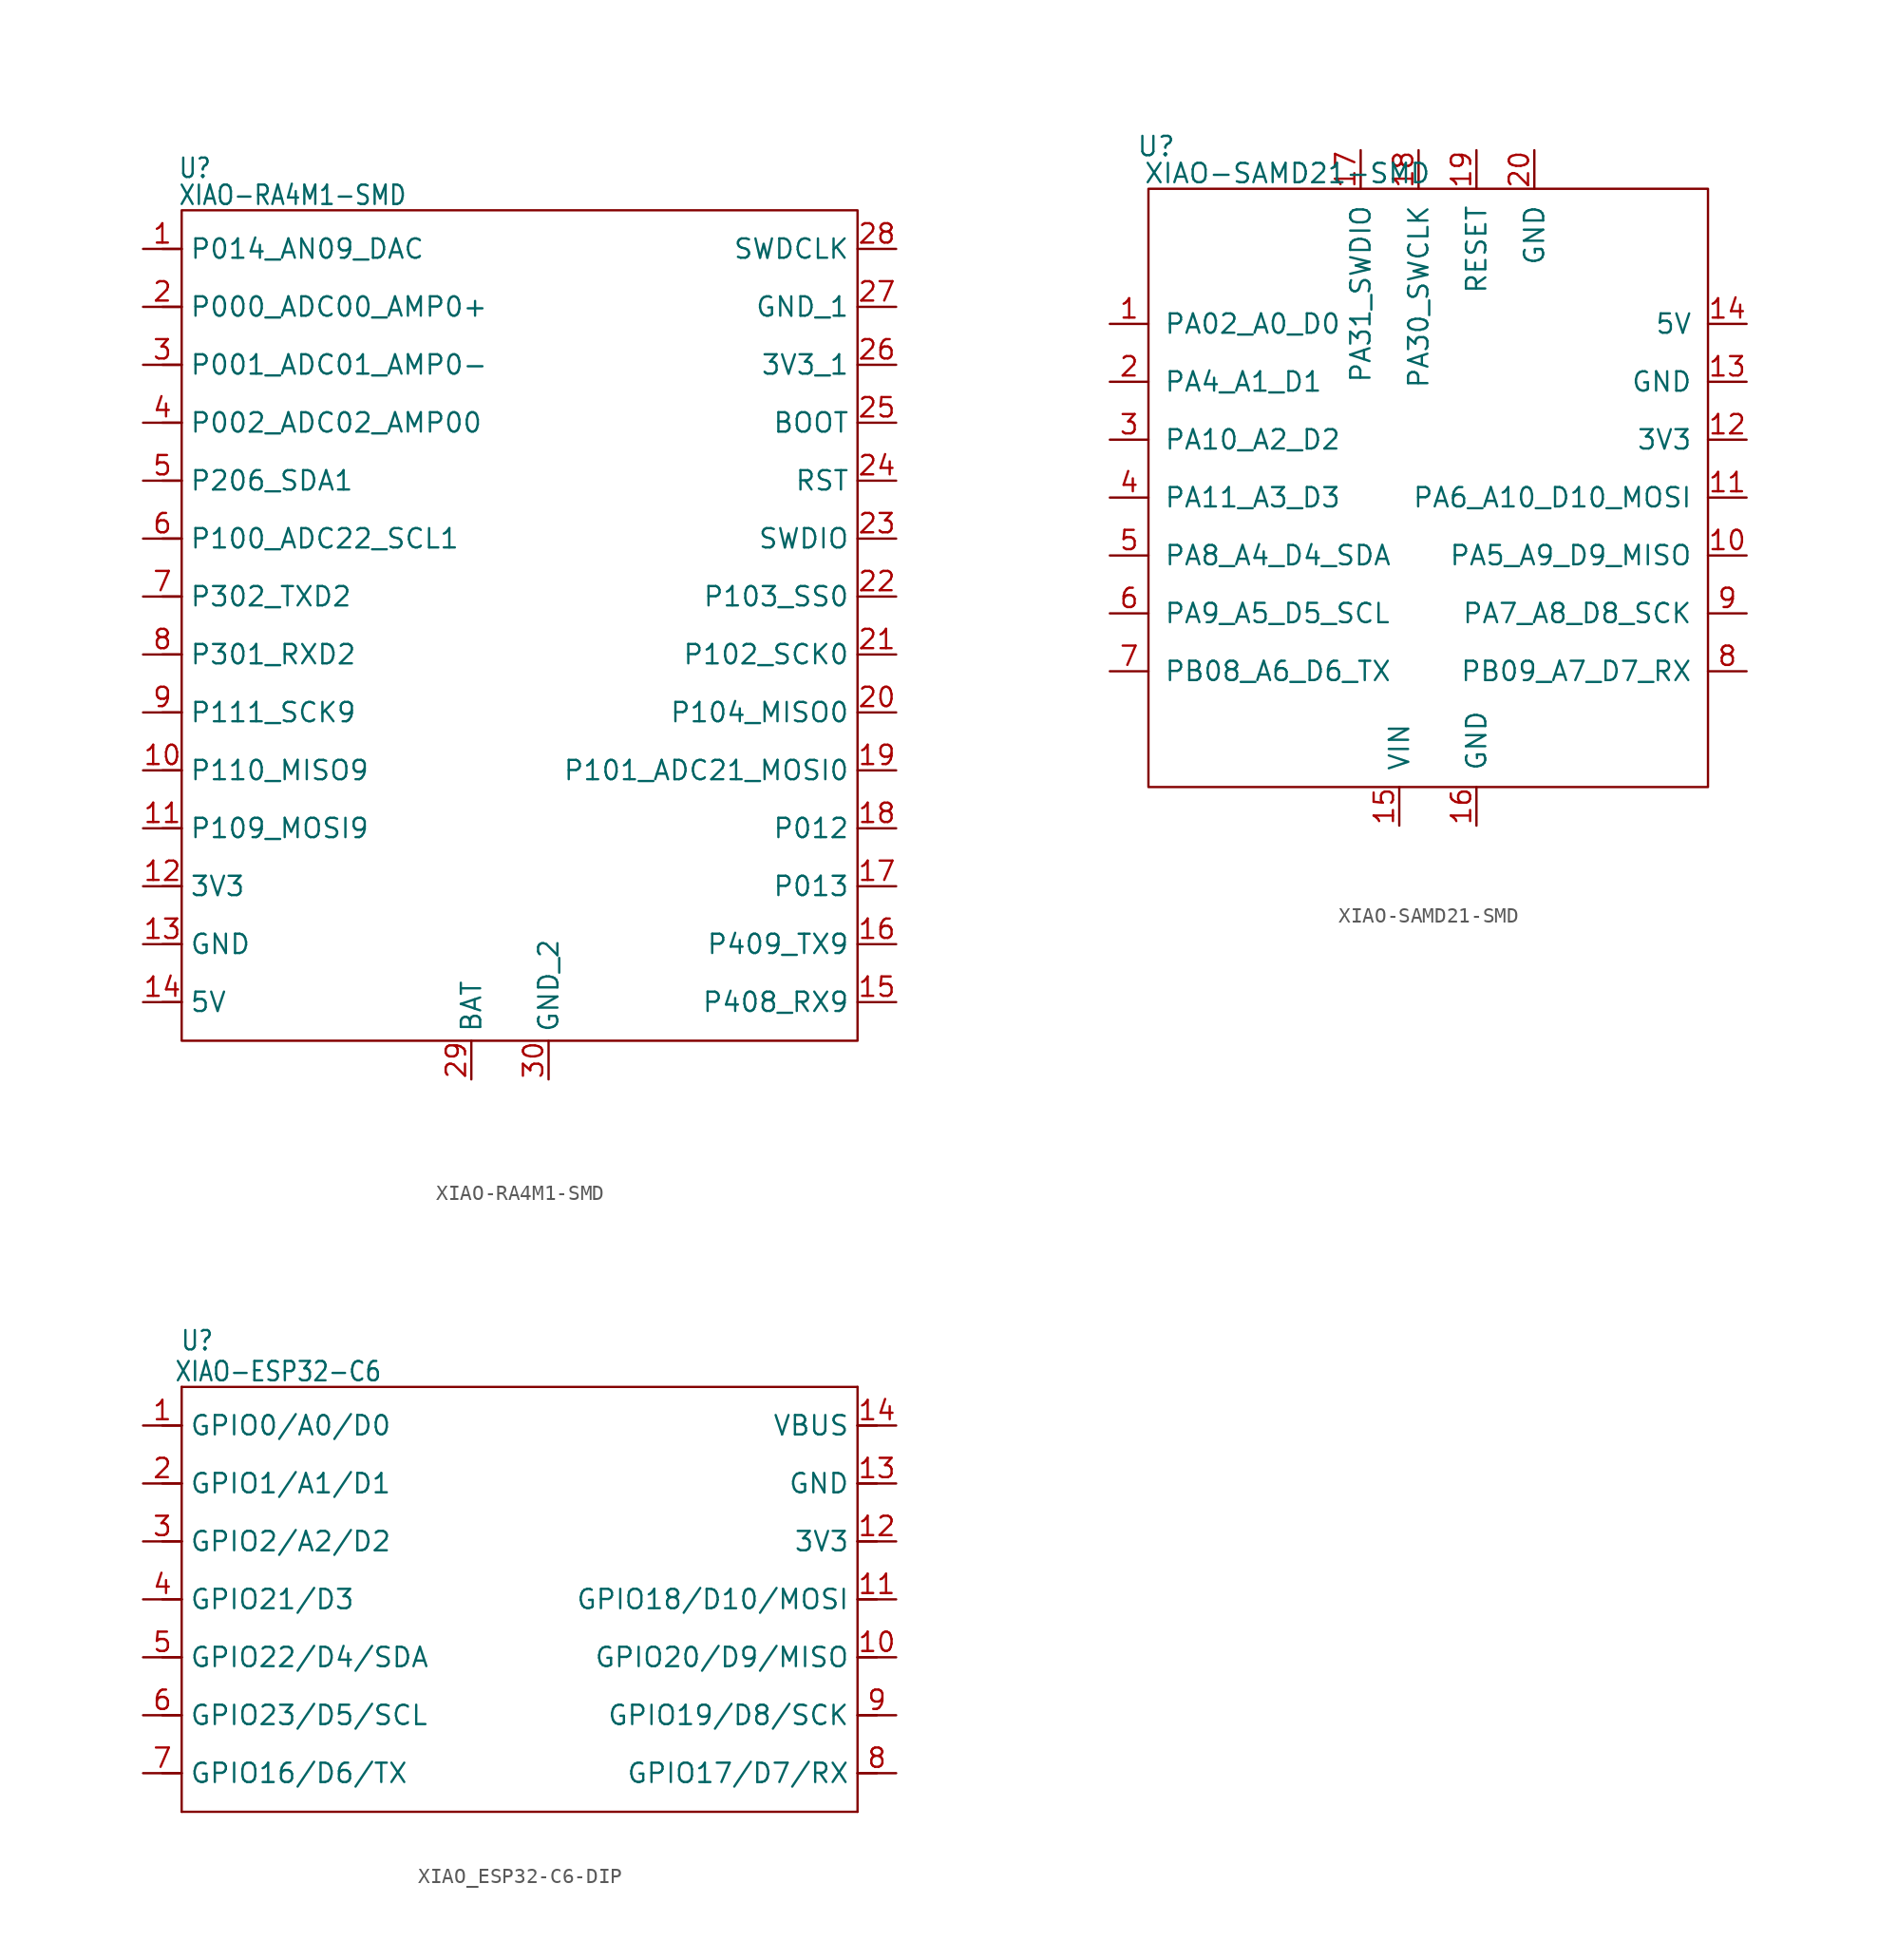
<source format=kicad_sym>
(kicad_symbol_lib
  (version 20231120)
  (generator "kicad_symbol_editor")
  (generator_version "8.0")
  (symbol "XIAO-RA4M1-SMD"
    (property "Reference" "U"
      (at -21.844 27.432 0)
      (effects (font (size 1.27 1.079)) (justify left bottom)))
    (property "Value" "XIAO-RA4M1-SMD"
      (at -21.844 25.654 0)
      (effects (font (size 1.27 1.079)) (justify left bottom)))
    (symbol "XIAO-RA4M1-SMD_0_1"
      (rectangle (start -21.59 25.4) (end 22.86 -29.21) (stroke (width 0) (type default)) (fill (type none))))
    (symbol "XIAO-RA4M1-SMD_1_0"
      (polyline (pts (xy -22.86 -26.67) (xy -21.59 -26.67)) (stroke (width 0.152) (type solid)) (fill (type none)))
      (polyline (pts (xy -22.86 -22.86) (xy -21.59 -22.86)) (stroke (width 0.152) (type solid)) (fill (type none)))
      (polyline (pts (xy -22.86 -19.05) (xy -21.59 -19.05)) (stroke (width 0.152) (type solid)) (fill (type none)))
      (polyline (pts (xy -22.86 -15.24) (xy -21.59 -15.24)) (stroke (width 0.152) (type solid)) (fill (type none)))
      (polyline (pts (xy -22.86 -11.43) (xy -21.59 -11.43)) (stroke (width 0.152) (type solid)) (fill (type none)))
      (polyline (pts (xy -22.86 -7.62) (xy -21.59 -7.62)) (stroke (width 0.152) (type solid)) (fill (type none)))
      (polyline (pts (xy -22.86 -3.81) (xy -21.59 -3.81)) (stroke (width 0.152) (type solid)) (fill (type none)))
      (polyline (pts (xy -21.59 0) (xy -22.86 0)) (stroke (width 0.152) (type solid)) (fill (type none)))
      (polyline (pts (xy -21.59 3.81) (xy -22.86 3.81)) (stroke (width 0.152) (type solid)) (fill (type none)))
      (polyline (pts (xy -21.59 7.62) (xy -22.86 7.62)) (stroke (width 0.152) (type solid)) (fill (type none)))
      (polyline (pts (xy -21.59 11.43) (xy -22.86 11.43)) (stroke (width 0.152) (type solid)) (fill (type none)))
      (polyline (pts (xy -21.59 15.24) (xy -22.86 15.24)) (stroke (width 0.152) (type solid)) (fill (type none)))
      (polyline (pts (xy -21.59 19.05) (xy -22.86 19.05)) (stroke (width 0.152) (type solid)) (fill (type none)))
      (polyline (pts (xy -21.59 22.86) (xy -22.86 22.86)) (stroke (width 0.152) (type solid)) (fill (type none)))
      (pin passive line (at -24.13 22.86 0) (length 2.54) (name "P014_AN09_DAC" (effects (font (size 1.27 1.27)))) (number "1" (effects (font (size 1.27 1.27)))))
      (pin passive line (at -24.13 -11.43 0) (length 2.54) (name "P110_MISO9" (effects (font (size 1.27 1.27)))) (number "10" (effects (font (size 1.27 1.27)))))
      (pin passive line (at -24.13 -15.24 0) (length 2.54) (name "P109_MOSI9" (effects (font (size 1.27 1.27)))) (number "11" (effects (font (size 1.27 1.27)))))
      (pin passive line (at -24.13 -19.05 0) (length 2.54) (name "3V3" (effects (font (size 1.27 1.27)))) (number "12" (effects (font (size 1.27 1.27)))))
      (pin passive line (at -24.13 -22.86 0) (length 2.54) (name "GND" (effects (font (size 1.27 1.27)))) (number "13" (effects (font (size 1.27 1.27)))))
      (pin passive line (at -24.13 -26.67 0) (length 2.54) (name "5V" (effects (font (size 1.27 1.27)))) (number "14" (effects (font (size 1.27 1.27)))))
      (pin passive line (at -24.13 19.05 0) (length 2.54) (name "P000_ADC00_AMP0+" (effects (font (size 1.27 1.27)))) (number "2" (effects (font (size 1.27 1.27)))))
      (pin passive line (at -24.13 15.24 0) (length 2.54) (name "P001_ADC01_AMP0-" (effects (font (size 1.27 1.27)))) (number "3" (effects (font (size 1.27 1.27)))))
      (pin passive line (at -24.13 11.43 0) (length 2.54) (name "P002_ADC02_AMP00" (effects (font (size 1.27 1.27)))) (number "4" (effects (font (size 1.27 1.27)))))
      (pin passive line (at -24.13 7.62 0) (length 2.54) (name "P206_SDA1" (effects (font (size 1.27 1.27)))) (number "5" (effects (font (size 1.27 1.27)))))
      (pin passive line (at -24.13 3.81 0) (length 2.54) (name "P100_ADC22_SCL1" (effects (font (size 1.27 1.27)))) (number "6" (effects (font (size 1.27 1.27)))))
      (pin passive line (at -24.13 0 0) (length 2.54) (name "P302_TXD2" (effects (font (size 1.27 1.27)))) (number "7" (effects (font (size 1.27 1.27)))))
      (pin passive line (at -24.13 -3.81 0) (length 2.54) (name "P301_RXD2" (effects (font (size 1.27 1.27)))) (number "8" (effects (font (size 1.27 1.27)))))
      (pin passive line (at -24.13 -7.62 0) (length 2.54) (name "P111_SCK9" (effects (font (size 1.27 1.27)))) (number "9" (effects (font (size 1.27 1.27))))))
    (symbol "XIAO-RA4M1-SMD_1_1"
      (pin passive line (at 25.4 -26.67 180) (length 2.54) (name "P408_RX9" (effects (font (size 1.27 1.27)))) (number "15" (effects (font (size 1.27 1.27)))))
      (pin passive line (at 25.4 -22.86 180) (length 2.54) (name "P409_TX9" (effects (font (size 1.27 1.27)))) (number "16" (effects (font (size 1.27 1.27)))))
      (pin passive line (at 25.4 -19.05 180) (length 2.54) (name "P013" (effects (font (size 1.27 1.27)))) (number "17" (effects (font (size 1.27 1.27)))))
      (pin passive line (at 25.4 -15.24 180) (length 2.54) (name "P012" (effects (font (size 1.27 1.27)))) (number "18" (effects (font (size 1.27 1.27)))))
      (pin passive line (at 25.4 -11.43 180) (length 2.54) (name "P101_ADC21_MOSI0" (effects (font (size 1.27 1.27)))) (number "19" (effects (font (size 1.27 1.27)))))
      (pin passive line (at 25.4 -7.62 180) (length 2.54) (name "P104_MISO0" (effects (font (size 1.27 1.27)))) (number "20" (effects (font (size 1.27 1.27)))))
      (pin passive line (at 25.4 -3.81 180) (length 2.54) (name "P102_SCK0" (effects (font (size 1.27 1.27)))) (number "21" (effects (font (size 1.27 1.27)))))
      (pin passive line (at 25.4 0 180) (length 2.54) (name "P103_SS0" (effects (font (size 1.27 1.27)))) (number "22" (effects (font (size 1.27 1.27)))))
      (pin passive line (at 25.4 3.81 180) (length 2.54) (name "SWDIO" (effects (font (size 1.27 1.27)))) (number "23" (effects (font (size 1.27 1.27)))))
      (pin passive line (at 25.4 7.62 180) (length 2.54) (name "RST" (effects (font (size 1.27 1.27)))) (number "24" (effects (font (size 1.27 1.27)))))
      (pin passive line (at 25.4 11.43 180) (length 2.54) (name "BOOT" (effects (font (size 1.27 1.27)))) (number "25" (effects (font (size 1.27 1.27)))))
      (pin passive line (at 25.4 15.24 180) (length 2.54) (name "3V3_1" (effects (font (size 1.27 1.27)))) (number "26" (effects (font (size 1.27 1.27)))))
      (pin passive line (at 25.4 19.05 180) (length 2.54) (name "GND_1" (effects (font (size 1.27 1.27)))) (number "27" (effects (font (size 1.27 1.27)))))
      (pin passive line (at 25.4 22.86 180) (length 2.54) (name "SWDCLK" (effects (font (size 1.27 1.27)))) (number "28" (effects (font (size 1.27 1.27)))))
      (pin passive line (at -2.54 -31.75 90) (length 2.54) (name "BAT" (effects (font (size 1.27 1.27)))) (number "29" (effects (font (size 1.27 1.27)))))
      (pin passive line (at 2.54 -31.75 90) (length 2.54) (name "GND_2" (effects (font (size 1.27 1.27)))) (number "30" (effects (font (size 1.27 1.27)))))))
  (symbol "XIAO-SAMD21-SMD"
    (pin_names
      (offset 1.016))
    (property "Reference" "U"
      (at -18.542 23.114 0)
      (effects (font (size 1.27 1.27))))
    (property "Value" "XIAO-SAMD21-SMD"
      (at -9.906 21.336 0)
      (effects (font (size 1.27 1.27))))
    (symbol "XIAO-SAMD21-SMD_0_1"
      (rectangle (start -19.05 20.32) (end 17.78 -19.05) (stroke (width 0) (type default)) (fill (type none))))
    (symbol "XIAO-SAMD21-SMD_1_1"
      (pin passive line (at -21.59 11.43 0) (length 2.54) (name "PA02_A0_D0" (effects (font (size 1.27 1.27)))) (number "1" (effects (font (size 1.27 1.27)))))
      (pin passive line (at 20.32 -3.81 180) (length 2.54) (name "PA5_A9_D9_MISO" (effects (font (size 1.27 1.27)))) (number "10" (effects (font (size 1.27 1.27)))))
      (pin passive line (at 20.32 0 180) (length 2.54) (name "PA6_A10_D10_MOSI" (effects (font (size 1.27 1.27)))) (number "11" (effects (font (size 1.27 1.27)))))
      (pin passive line (at 20.32 3.81 180) (length 2.54) (name "3V3" (effects (font (size 1.27 1.27)))) (number "12" (effects (font (size 1.27 1.27)))))
      (pin passive line (at 20.32 7.62 180) (length 2.54) (name "GND" (effects (font (size 1.27 1.27)))) (number "13" (effects (font (size 1.27 1.27)))))
      (pin passive line (at 20.32 11.43 180) (length 2.54) (name "5V" (effects (font (size 1.27 1.27)))) (number "14" (effects (font (size 1.27 1.27)))))
      (pin passive line (at -2.54 -21.59 90) (length 2.54) (name "VIN" (effects (font (size 1.27 1.27)))) (number "15" (effects (font (size 1.27 1.27)))))
      (pin passive line (at 2.54 -21.59 90) (length 2.54) (name "GND" (effects (font (size 1.27 1.27)))) (number "16" (effects (font (size 1.27 1.27)))))
      (pin passive line (at -5.08 22.86 270) (length 2.54) (name "PA31_SWDIO" (effects (font (size 1.27 1.27)))) (number "17" (effects (font (size 1.27 1.27)))))
      (pin passive line (at -1.27 22.86 270) (length 2.54) (name "PA30_SWCLK" (effects (font (size 1.27 1.27)))) (number "18" (effects (font (size 1.27 1.27)))))
      (pin passive line (at 2.54 22.86 270) (length 2.54) (name "RESET" (effects (font (size 1.27 1.27)))) (number "19" (effects (font (size 1.27 1.27)))))
      (pin passive line (at -21.59 7.62 0) (length 2.54) (name "PA4_A1_D1" (effects (font (size 1.27 1.27)))) (number "2" (effects (font (size 1.27 1.27)))))
      (pin passive line (at 6.35 22.86 270) (length 2.54) (name "GND" (effects (font (size 1.27 1.27)))) (number "20" (effects (font (size 1.27 1.27)))))
      (pin passive line (at -21.59 3.81 0) (length 2.54) (name "PA10_A2_D2" (effects (font (size 1.27 1.27)))) (number "3" (effects (font (size 1.27 1.27)))))
      (pin passive line (at -21.59 0 0) (length 2.54) (name "PA11_A3_D3" (effects (font (size 1.27 1.27)))) (number "4" (effects (font (size 1.27 1.27)))))
      (pin passive line (at -21.59 -3.81 0) (length 2.54) (name "PA8_A4_D4_SDA" (effects (font (size 1.27 1.27)))) (number "5" (effects (font (size 1.27 1.27)))))
      (pin passive line (at -21.59 -7.62 0) (length 2.54) (name "PA9_A5_D5_SCL" (effects (font (size 1.27 1.27)))) (number "6" (effects (font (size 1.27 1.27)))))
      (pin passive line (at -21.59 -11.43 0) (length 2.54) (name "PB08_A6_D6_TX" (effects (font (size 1.27 1.27)))) (number "7" (effects (font (size 1.27 1.27)))))
      (pin passive line (at 20.32 -11.43 180) (length 2.54) (name "PB09_A7_D7_RX" (effects (font (size 1.27 1.27)))) (number "8" (effects (font (size 1.27 1.27)))))
      (pin passive line (at 20.32 -7.62 180) (length 2.54) (name "PA7_A8_D8_SCK" (effects (font (size 1.27 1.27)))) (number "9" (effects (font (size 1.27 1.27)))))))
  (symbol "XIAO_ESP32-C6-DIP"
    (property "Reference" "U"
      (at -20.574 17.018 0)
      (effects (font (size 1.27 1.079))))
    (property "Value" "XIAO-ESP32-C6"
      (at -15.24 14.986 0)
      (effects (font (size 1.27 1.079))))
    (property "Rating" ""
      (at 0 0 0)
      (effects (font (size 1.27 1.27))))
    (symbol "XIAO_ESP32-C6-DIP_1_0"
      (polyline (pts (xy -21.59 -13.97) (xy -21.59 0)) (stroke (width 0.152) (type solid)) (fill (type none)))
      (polyline (pts (xy -21.59 -11.43) (xy -22.86 -11.43)) (stroke (width 0.152) (type solid)) (fill (type none)))
      (polyline (pts (xy -21.59 -7.62) (xy -22.86 -7.62)) (stroke (width 0.152) (type solid)) (fill (type none)))
      (polyline (pts (xy -21.59 -3.81) (xy -22.86 -3.81)) (stroke (width 0.152) (type solid)) (fill (type none)))
      (polyline (pts (xy -21.59 0) (xy -22.86 0)) (stroke (width 0.152) (type solid)) (fill (type none)))
      (polyline (pts (xy -21.59 0) (xy -21.59 3.81)) (stroke (width 0.152) (type solid)) (fill (type none)))
      (polyline (pts (xy -21.59 3.81) (xy -22.86 3.81)) (stroke (width 0.152) (type solid)) (fill (type none)))
      (polyline (pts (xy -21.59 3.81) (xy -21.59 7.62)) (stroke (width 0.152) (type solid)) (fill (type none)))
      (polyline (pts (xy -21.59 7.62) (xy -22.86 7.62)) (stroke (width 0.152) (type solid)) (fill (type none)))
      (polyline (pts (xy -21.59 7.62) (xy -21.59 11.43)) (stroke (width 0.152) (type solid)) (fill (type none)))
      (polyline (pts (xy -21.59 11.43) (xy -22.86 11.43)) (stroke (width 0.152) (type solid)) (fill (type none)))
      (polyline (pts (xy -21.59 11.43) (xy -21.59 13.97)) (stroke (width 0.152) (type solid)) (fill (type none)))
      (polyline (pts (xy -21.59 13.97) (xy 22.86 13.97)) (stroke (width 0.152) (type solid)) (fill (type none)))
      (polyline (pts (xy 22.86 -13.97) (xy -21.59 -13.97)) (stroke (width 0.152) (type solid)) (fill (type none)))
      (polyline (pts (xy 22.86 3.81) (xy 22.86 -13.97)) (stroke (width 0.152) (type solid)) (fill (type none)))
      (polyline (pts (xy 22.86 7.62) (xy 22.86 3.81)) (stroke (width 0.152) (type solid)) (fill (type none)))
      (polyline (pts (xy 22.86 11.43) (xy 22.86 7.62)) (stroke (width 0.152) (type solid)) (fill (type none)))
      (polyline (pts (xy 22.86 13.97) (xy 22.86 11.43)) (stroke (width 0.152) (type solid)) (fill (type none)))
      (polyline (pts (xy 24.13 -11.43) (xy 22.86 -11.43)) (stroke (width 0.152) (type solid)) (fill (type none)))
      (polyline (pts (xy 24.13 -7.62) (xy 22.86 -7.62)) (stroke (width 0.152) (type solid)) (fill (type none)))
      (polyline (pts (xy 24.13 -3.81) (xy 22.86 -3.81)) (stroke (width 0.152) (type solid)) (fill (type none)))
      (polyline (pts (xy 24.13 0) (xy 22.86 0)) (stroke (width 0.152) (type solid)) (fill (type none)))
      (polyline (pts (xy 24.13 3.81) (xy 22.86 3.81)) (stroke (width 0.152) (type solid)) (fill (type none)))
      (polyline (pts (xy 24.13 7.62) (xy 22.86 7.62)) (stroke (width 0.152) (type solid)) (fill (type none)))
      (polyline (pts (xy 24.13 11.43) (xy 22.86 11.43)) (stroke (width 0.152) (type solid)) (fill (type none)))
      (pin passive line (at -24.13 11.43 0) (length 2.54) (name "GPIO0/A0/D0" (effects (font (size 1.27 1.27)))) (number "1" (effects (font (size 1.27 1.27)))))
      (pin passive line (at 25.4 -3.81 180) (length 2.54) (name "GPIO20/D9/MISO" (effects (font (size 1.27 1.27)))) (number "10" (effects (font (size 1.27 1.27)))))
      (pin passive line (at 25.4 0 180) (length 2.54) (name "GPIO18/D10/MOSI" (effects (font (size 1.27 1.27)))) (number "11" (effects (font (size 1.27 1.27)))))
      (pin passive line (at 25.4 3.81 180) (length 2.54) (name "3V3" (effects (font (size 1.27 1.27)))) (number "12" (effects (font (size 1.27 1.27)))))
      (pin passive line (at 25.4 7.62 180) (length 2.54) (name "GND" (effects (font (size 1.27 1.27)))) (number "13" (effects (font (size 1.27 1.27)))))
      (pin passive line (at 25.4 11.43 180) (length 2.54) (name "VBUS" (effects (font (size 1.27 1.27)))) (number "14" (effects (font (size 1.27 1.27)))))
      (pin passive line (at -24.13 7.62 0) (length 2.54) (name "GPIO1/A1/D1" (effects (font (size 1.27 1.27)))) (number "2" (effects (font (size 1.27 1.27)))))
      (pin passive line (at -24.13 3.81 0) (length 2.54) (name "GPIO2/A2/D2" (effects (font (size 1.27 1.27)))) (number "3" (effects (font (size 1.27 1.27)))))
      (pin passive line (at -24.13 0 0) (length 2.54) (name "GPIO21/D3" (effects (font (size 1.27 1.27)))) (number "4" (effects (font (size 1.27 1.27)))))
      (pin passive line (at -24.13 -3.81 0) (length 2.54) (name "GPIO22/D4/SDA" (effects (font (size 1.27 1.27)))) (number "5" (effects (font (size 1.27 1.27)))))
      (pin passive line (at -24.13 -7.62 0) (length 2.54) (name "GPIO23/D5/SCL" (effects (font (size 1.27 1.27)))) (number "6" (effects (font (size 1.27 1.27)))))
      (pin passive line (at -24.13 -11.43 0) (length 2.54) (name "GPIO16/D6/TX" (effects (font (size 1.27 1.27)))) (number "7" (effects (font (size 1.27 1.27)))))
      (pin passive line (at 25.4 -11.43 180) (length 2.54) (name "GPIO17/D7/RX" (effects (font (size 1.27 1.27)))) (number "8" (effects (font (size 1.27 1.27)))))
      (pin passive line (at 25.4 -7.62 180) (length 2.54) (name "GPIO19/D8/SCK" (effects (font (size 1.27 1.27)))) (number "9" (effects (font (size 1.27 1.27))))))))
</source>
